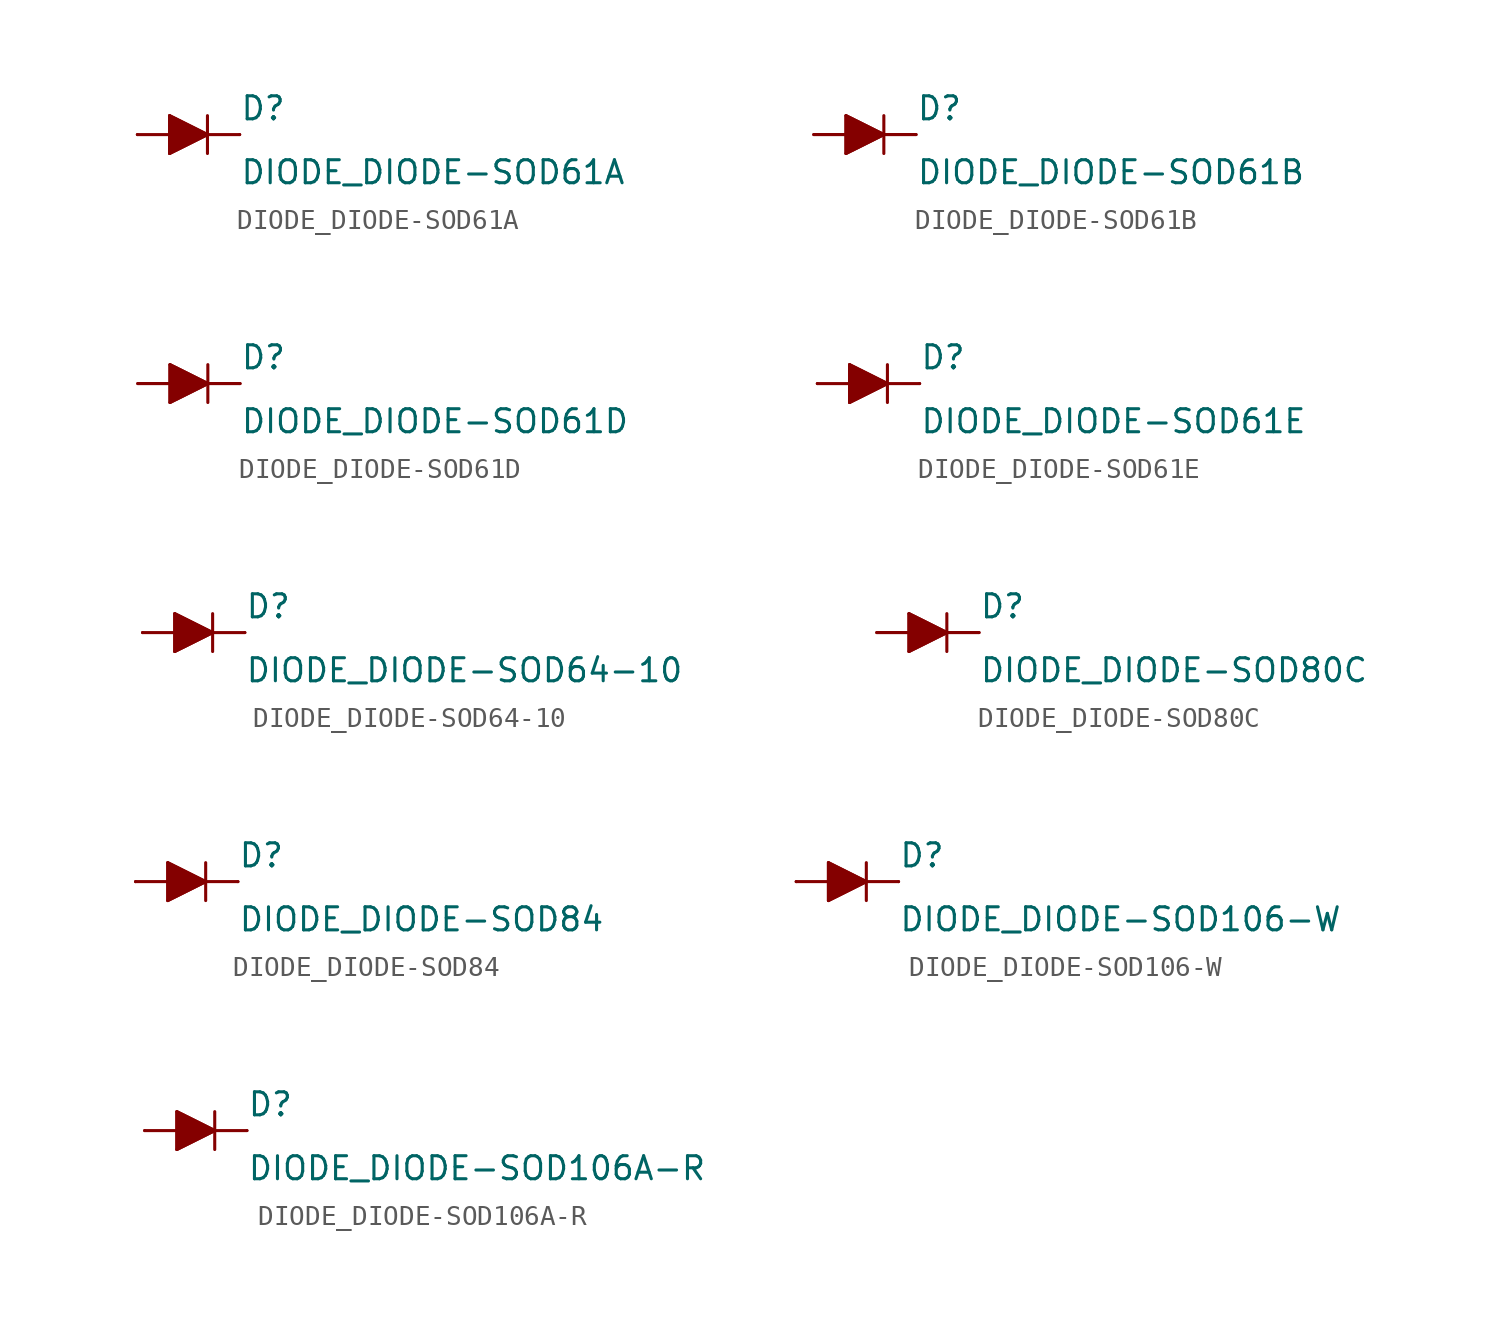
<source format=kicad_sym>
(kicad_symbol_lib
  (version 20210619)
  (generator kicad_symbol_editor)
  (symbol "DIODE_DIODE-SOD61A"
    (pin_numbers hide)
    (pin_names
      (offset 1.016) hide)
    (property "Reference" "D"
      (at 2.54 0.635 0)
      (effects (font (size 1.143 1.143)) (justify left bottom)))
    (property "Value" "DIODE_DIODE-SOD61A"
      (at 2.54 -2.54 0)
      (effects (font (size 1.143 1.143)) (justify left bottom)))
    (property "ki_locked" ""
      (at 0 0 0)
      (effects (font (size 1.27 1.27))))
    (symbol "DIODE_DIODE-SOD61A_1_0"
      (polyline (pts (xy -0.94 -0.94) (xy 0.94 0)) (stroke (width 0)) (fill (type none)))
      (polyline (pts (xy -0.94 0) (xy -2.54 0)) (stroke (width 0)) (fill (type none)))
      (polyline (pts (xy -0.94 0) (xy -0.94 -0.94)) (stroke (width 0)) (fill (type none)))
      (polyline (pts (xy -0.94 0.94) (xy -0.94 0)) (stroke (width 0)) (fill (type none)))
      (polyline (pts (xy 0.94 0) (xy -0.94 0.94)) (stroke (width 0)) (fill (type none)))
      (polyline (pts (xy 0.94 0) (xy 0.94 -0.94)) (stroke (width 0)) (fill (type none)))
      (polyline (pts (xy 0.94 0) (xy 2.54 0)) (stroke (width 0)) (fill (type none)))
      (polyline (pts (xy 0.94 0.94) (xy 0.94 0)) (stroke (width 0)) (fill (type none))))
    (symbol "DIODE_DIODE-SOD61A_1_1"
      (polyline (pts (xy -0.94 0.94) (xy 0.94 0) (xy 0.94 0) (xy -0.94 -0.94) (xy -0.94 -0.94) (xy -0.94 0.94)) (stroke (width 0)) (fill (type outline)))
      (pin passive line (at -2.54 0 0) (length 0) (name "A" (effects (font (size 1.016 1.016)))) (number "A" (effects (font (size 1.016 1.016)))))
      (pin passive line (at 2.54 0 180) (length 0) (name "C" (effects (font (size 1.016 1.016)))) (number "C" (effects (font (size 1.016 1.016)))))))
  (symbol "DIODE_DIODE-SOD61B"
    (pin_numbers hide)
    (pin_names
      (offset 1.016) hide)
    (property "Reference" "D"
      (at 2.54 0.635 0)
      (effects (font (size 1.143 1.143)) (justify left bottom)))
    (property "Value" "DIODE_DIODE-SOD61B"
      (at 2.54 -2.54 0)
      (effects (font (size 1.143 1.143)) (justify left bottom)))
    (property "ki_locked" ""
      (at 0 0 0)
      (effects (font (size 1.27 1.27))))
    (symbol "DIODE_DIODE-SOD61B_1_0"
      (polyline (pts (xy -0.94 -0.94) (xy 0.94 0)) (stroke (width 0)) (fill (type none)))
      (polyline (pts (xy -0.94 0) (xy -2.54 0)) (stroke (width 0)) (fill (type none)))
      (polyline (pts (xy -0.94 0) (xy -0.94 -0.94)) (stroke (width 0)) (fill (type none)))
      (polyline (pts (xy -0.94 0.94) (xy -0.94 0)) (stroke (width 0)) (fill (type none)))
      (polyline (pts (xy 0.94 0) (xy -0.94 0.94)) (stroke (width 0)) (fill (type none)))
      (polyline (pts (xy 0.94 0) (xy 0.94 -0.94)) (stroke (width 0)) (fill (type none)))
      (polyline (pts (xy 0.94 0) (xy 2.54 0)) (stroke (width 0)) (fill (type none)))
      (polyline (pts (xy 0.94 0.94) (xy 0.94 0)) (stroke (width 0)) (fill (type none))))
    (symbol "DIODE_DIODE-SOD61B_1_1"
      (polyline (pts (xy -0.94 0.94) (xy 0.94 0) (xy 0.94 0) (xy -0.94 -0.94) (xy -0.94 -0.94) (xy -0.94 0.94)) (stroke (width 0)) (fill (type outline)))
      (pin passive line (at -2.54 0 0) (length 0) (name "A" (effects (font (size 1.016 1.016)))) (number "A" (effects (font (size 1.016 1.016)))))
      (pin passive line (at 2.54 0 180) (length 0) (name "C" (effects (font (size 1.016 1.016)))) (number "C" (effects (font (size 1.016 1.016)))))))
  (symbol "DIODE_DIODE-SOD61D"
    (pin_numbers hide)
    (pin_names
      (offset 1.016) hide)
    (property "Reference" "D"
      (at 2.54 0.635 0)
      (effects (font (size 1.143 1.143)) (justify left bottom)))
    (property "Value" "DIODE_DIODE-SOD61D"
      (at 2.54 -2.54 0)
      (effects (font (size 1.143 1.143)) (justify left bottom)))
    (property "ki_locked" ""
      (at 0 0 0)
      (effects (font (size 1.27 1.27))))
    (symbol "DIODE_DIODE-SOD61D_1_0"
      (polyline (pts (xy -0.94 -0.94) (xy 0.94 0)) (stroke (width 0)) (fill (type none)))
      (polyline (pts (xy -0.94 0) (xy -2.54 0)) (stroke (width 0)) (fill (type none)))
      (polyline (pts (xy -0.94 0) (xy -0.94 -0.94)) (stroke (width 0)) (fill (type none)))
      (polyline (pts (xy -0.94 0.94) (xy -0.94 0)) (stroke (width 0)) (fill (type none)))
      (polyline (pts (xy 0.94 0) (xy -0.94 0.94)) (stroke (width 0)) (fill (type none)))
      (polyline (pts (xy 0.94 0) (xy 0.94 -0.94)) (stroke (width 0)) (fill (type none)))
      (polyline (pts (xy 0.94 0) (xy 2.54 0)) (stroke (width 0)) (fill (type none)))
      (polyline (pts (xy 0.94 0.94) (xy 0.94 0)) (stroke (width 0)) (fill (type none))))
    (symbol "DIODE_DIODE-SOD61D_1_1"
      (polyline (pts (xy -0.94 0.94) (xy 0.94 0) (xy 0.94 0) (xy -0.94 -0.94) (xy -0.94 -0.94) (xy -0.94 0.94)) (stroke (width 0)) (fill (type outline)))
      (pin passive line (at -2.54 0 0) (length 0) (name "A" (effects (font (size 1.016 1.016)))) (number "A" (effects (font (size 1.016 1.016)))))
      (pin passive line (at 2.54 0 180) (length 0) (name "C" (effects (font (size 1.016 1.016)))) (number "C" (effects (font (size 1.016 1.016)))))))
  (symbol "DIODE_DIODE-SOD61E"
    (pin_numbers hide)
    (pin_names
      (offset 1.016) hide)
    (property "Reference" "D"
      (at 2.54 0.635 0)
      (effects (font (size 1.143 1.143)) (justify left bottom)))
    (property "Value" "DIODE_DIODE-SOD61E"
      (at 2.54 -2.54 0)
      (effects (font (size 1.143 1.143)) (justify left bottom)))
    (property "ki_locked" ""
      (at 0 0 0)
      (effects (font (size 1.27 1.27))))
    (symbol "DIODE_DIODE-SOD61E_1_0"
      (polyline (pts (xy -0.94 -0.94) (xy 0.94 0)) (stroke (width 0)) (fill (type none)))
      (polyline (pts (xy -0.94 0) (xy -2.54 0)) (stroke (width 0)) (fill (type none)))
      (polyline (pts (xy -0.94 0) (xy -0.94 -0.94)) (stroke (width 0)) (fill (type none)))
      (polyline (pts (xy -0.94 0.94) (xy -0.94 0)) (stroke (width 0)) (fill (type none)))
      (polyline (pts (xy 0.94 0) (xy -0.94 0.94)) (stroke (width 0)) (fill (type none)))
      (polyline (pts (xy 0.94 0) (xy 0.94 -0.94)) (stroke (width 0)) (fill (type none)))
      (polyline (pts (xy 0.94 0) (xy 2.54 0)) (stroke (width 0)) (fill (type none)))
      (polyline (pts (xy 0.94 0.94) (xy 0.94 0)) (stroke (width 0)) (fill (type none))))
    (symbol "DIODE_DIODE-SOD61E_1_1"
      (polyline (pts (xy -0.94 0.94) (xy 0.94 0) (xy 0.94 0) (xy -0.94 -0.94) (xy -0.94 -0.94) (xy -0.94 0.94)) (stroke (width 0)) (fill (type outline)))
      (pin passive line (at -2.54 0 0) (length 0) (name "A" (effects (font (size 1.016 1.016)))) (number "A" (effects (font (size 1.016 1.016)))))
      (pin passive line (at 2.54 0 180) (length 0) (name "C" (effects (font (size 1.016 1.016)))) (number "C" (effects (font (size 1.016 1.016)))))))
  (symbol "DIODE_DIODE-SOD64-10"
    (pin_numbers hide)
    (pin_names
      (offset 1.016) hide)
    (property "Reference" "D"
      (at 2.54 0.635 0)
      (effects (font (size 1.143 1.143)) (justify left bottom)))
    (property "Value" "DIODE_DIODE-SOD64-10"
      (at 2.54 -2.54 0)
      (effects (font (size 1.143 1.143)) (justify left bottom)))
    (property "ki_locked" ""
      (at 0 0 0)
      (effects (font (size 1.27 1.27))))
    (symbol "DIODE_DIODE-SOD64-10_1_0"
      (polyline (pts (xy -0.94 -0.94) (xy 0.94 0)) (stroke (width 0)) (fill (type none)))
      (polyline (pts (xy -0.94 0) (xy -2.54 0)) (stroke (width 0)) (fill (type none)))
      (polyline (pts (xy -0.94 0) (xy -0.94 -0.94)) (stroke (width 0)) (fill (type none)))
      (polyline (pts (xy -0.94 0.94) (xy -0.94 0)) (stroke (width 0)) (fill (type none)))
      (polyline (pts (xy 0.94 0) (xy -0.94 0.94)) (stroke (width 0)) (fill (type none)))
      (polyline (pts (xy 0.94 0) (xy 0.94 -0.94)) (stroke (width 0)) (fill (type none)))
      (polyline (pts (xy 0.94 0) (xy 2.54 0)) (stroke (width 0)) (fill (type none)))
      (polyline (pts (xy 0.94 0.94) (xy 0.94 0)) (stroke (width 0)) (fill (type none))))
    (symbol "DIODE_DIODE-SOD64-10_1_1"
      (polyline (pts (xy -0.94 0.94) (xy 0.94 0) (xy 0.94 0) (xy -0.94 -0.94) (xy -0.94 -0.94) (xy -0.94 0.94)) (stroke (width 0)) (fill (type outline)))
      (pin passive line (at -2.54 0 0) (length 0) (name "A" (effects (font (size 1.016 1.016)))) (number "A" (effects (font (size 1.016 1.016)))))
      (pin passive line (at 2.54 0 180) (length 0) (name "C" (effects (font (size 1.016 1.016)))) (number "C" (effects (font (size 1.016 1.016)))))))
  (symbol "DIODE_DIODE-SOD80C"
    (pin_numbers hide)
    (pin_names
      (offset 1.016) hide)
    (property "Reference" "D"
      (at 2.54 0.635 0)
      (effects (font (size 1.143 1.143)) (justify left bottom)))
    (property "Value" "DIODE_DIODE-SOD80C"
      (at 2.54 -2.54 0)
      (effects (font (size 1.143 1.143)) (justify left bottom)))
    (property "ki_locked" ""
      (at 0 0 0)
      (effects (font (size 1.27 1.27))))
    (symbol "DIODE_DIODE-SOD80C_1_0"
      (polyline (pts (xy -0.94 -0.94) (xy 0.94 0)) (stroke (width 0)) (fill (type none)))
      (polyline (pts (xy -0.94 0) (xy -2.54 0)) (stroke (width 0)) (fill (type none)))
      (polyline (pts (xy -0.94 0) (xy -0.94 -0.94)) (stroke (width 0)) (fill (type none)))
      (polyline (pts (xy -0.94 0.94) (xy -0.94 0)) (stroke (width 0)) (fill (type none)))
      (polyline (pts (xy 0.94 0) (xy -0.94 0.94)) (stroke (width 0)) (fill (type none)))
      (polyline (pts (xy 0.94 0) (xy 0.94 -0.94)) (stroke (width 0)) (fill (type none)))
      (polyline (pts (xy 0.94 0) (xy 2.54 0)) (stroke (width 0)) (fill (type none)))
      (polyline (pts (xy 0.94 0.94) (xy 0.94 0)) (stroke (width 0)) (fill (type none))))
    (symbol "DIODE_DIODE-SOD80C_1_1"
      (polyline (pts (xy -0.94 0.94) (xy 0.94 0) (xy 0.94 0) (xy -0.94 -0.94) (xy -0.94 -0.94) (xy -0.94 0.94)) (stroke (width 0)) (fill (type outline)))
      (pin passive line (at -2.54 0 0) (length 0) (name "A" (effects (font (size 1.016 1.016)))) (number "A" (effects (font (size 1.016 1.016)))))
      (pin passive line (at 2.54 0 180) (length 0) (name "C" (effects (font (size 1.016 1.016)))) (number "C" (effects (font (size 1.016 1.016)))))))
  (symbol "DIODE_DIODE-SOD84"
    (pin_numbers hide)
    (pin_names
      (offset 1.016) hide)
    (property "Reference" "D"
      (at 2.54 0.635 0)
      (effects (font (size 1.143 1.143)) (justify left bottom)))
    (property "Value" "DIODE_DIODE-SOD84"
      (at 2.54 -2.54 0)
      (effects (font (size 1.143 1.143)) (justify left bottom)))
    (property "ki_locked" ""
      (at 0 0 0)
      (effects (font (size 1.27 1.27))))
    (symbol "DIODE_DIODE-SOD84_1_0"
      (polyline (pts (xy -0.94 -0.94) (xy 0.94 0)) (stroke (width 0)) (fill (type none)))
      (polyline (pts (xy -0.94 0) (xy -2.54 0)) (stroke (width 0)) (fill (type none)))
      (polyline (pts (xy -0.94 0) (xy -0.94 -0.94)) (stroke (width 0)) (fill (type none)))
      (polyline (pts (xy -0.94 0.94) (xy -0.94 0)) (stroke (width 0)) (fill (type none)))
      (polyline (pts (xy 0.94 0) (xy -0.94 0.94)) (stroke (width 0)) (fill (type none)))
      (polyline (pts (xy 0.94 0) (xy 0.94 -0.94)) (stroke (width 0)) (fill (type none)))
      (polyline (pts (xy 0.94 0) (xy 2.54 0)) (stroke (width 0)) (fill (type none)))
      (polyline (pts (xy 0.94 0.94) (xy 0.94 0)) (stroke (width 0)) (fill (type none))))
    (symbol "DIODE_DIODE-SOD84_1_1"
      (polyline (pts (xy -0.94 0.94) (xy 0.94 0) (xy 0.94 0) (xy -0.94 -0.94) (xy -0.94 -0.94) (xy -0.94 0.94)) (stroke (width 0)) (fill (type outline)))
      (pin passive line (at -2.54 0 0) (length 0) (name "A" (effects (font (size 1.016 1.016)))) (number "A" (effects (font (size 1.016 1.016)))))
      (pin passive line (at 2.54 0 180) (length 0) (name "C" (effects (font (size 1.016 1.016)))) (number "C" (effects (font (size 1.016 1.016)))))))
  (symbol "DIODE_DIODE-SOD106-W"
    (pin_numbers hide)
    (pin_names
      (offset 1.016) hide)
    (property "Reference" "D"
      (at 2.54 0.635 0)
      (effects (font (size 1.143 1.143)) (justify left bottom)))
    (property "Value" "DIODE_DIODE-SOD106-W"
      (at 2.54 -2.54 0)
      (effects (font (size 1.143 1.143)) (justify left bottom)))
    (property "ki_locked" ""
      (at 0 0 0)
      (effects (font (size 1.27 1.27))))
    (symbol "DIODE_DIODE-SOD106-W_1_0"
      (polyline (pts (xy -0.94 -0.94) (xy 0.94 0)) (stroke (width 0)) (fill (type none)))
      (polyline (pts (xy -0.94 0) (xy -2.54 0)) (stroke (width 0)) (fill (type none)))
      (polyline (pts (xy -0.94 0) (xy -0.94 -0.94)) (stroke (width 0)) (fill (type none)))
      (polyline (pts (xy -0.94 0.94) (xy -0.94 0)) (stroke (width 0)) (fill (type none)))
      (polyline (pts (xy 0.94 0) (xy -0.94 0.94)) (stroke (width 0)) (fill (type none)))
      (polyline (pts (xy 0.94 0) (xy 0.94 -0.94)) (stroke (width 0)) (fill (type none)))
      (polyline (pts (xy 0.94 0) (xy 2.54 0)) (stroke (width 0)) (fill (type none)))
      (polyline (pts (xy 0.94 0.94) (xy 0.94 0)) (stroke (width 0)) (fill (type none))))
    (symbol "DIODE_DIODE-SOD106-W_1_1"
      (polyline (pts (xy -0.94 0.94) (xy 0.94 0) (xy 0.94 0) (xy -0.94 -0.94) (xy -0.94 -0.94) (xy -0.94 0.94)) (stroke (width 0)) (fill (type outline)))
      (pin passive line (at -2.54 0 0) (length 0) (name "A" (effects (font (size 1.016 1.016)))) (number "A" (effects (font (size 1.016 1.016)))))
      (pin passive line (at 2.54 0 180) (length 0) (name "C" (effects (font (size 1.016 1.016)))) (number "C" (effects (font (size 1.016 1.016)))))))
  (symbol "DIODE_DIODE-SOD106A-R"
    (pin_numbers hide)
    (pin_names
      (offset 1.016) hide)
    (property "Reference" "D"
      (at 2.54 0.635 0)
      (effects (font (size 1.143 1.143)) (justify left bottom)))
    (property "Value" "DIODE_DIODE-SOD106A-R"
      (at 2.54 -2.54 0)
      (effects (font (size 1.143 1.143)) (justify left bottom)))
    (property "ki_locked" ""
      (at 0 0 0)
      (effects (font (size 1.27 1.27))))
    (symbol "DIODE_DIODE-SOD106A-R_1_0"
      (polyline (pts (xy -0.94 -0.94) (xy 0.94 0)) (stroke (width 0)) (fill (type none)))
      (polyline (pts (xy -0.94 0) (xy -2.54 0)) (stroke (width 0)) (fill (type none)))
      (polyline (pts (xy -0.94 0) (xy -0.94 -0.94)) (stroke (width 0)) (fill (type none)))
      (polyline (pts (xy -0.94 0.94) (xy -0.94 0)) (stroke (width 0)) (fill (type none)))
      (polyline (pts (xy 0.94 0) (xy -0.94 0.94)) (stroke (width 0)) (fill (type none)))
      (polyline (pts (xy 0.94 0) (xy 0.94 -0.94)) (stroke (width 0)) (fill (type none)))
      (polyline (pts (xy 0.94 0) (xy 2.54 0)) (stroke (width 0)) (fill (type none)))
      (polyline (pts (xy 0.94 0.94) (xy 0.94 0)) (stroke (width 0)) (fill (type none))))
    (symbol "DIODE_DIODE-SOD106A-R_1_1"
      (polyline (pts (xy -0.94 0.94) (xy 0.94 0) (xy 0.94 0) (xy -0.94 -0.94) (xy -0.94 -0.94) (xy -0.94 0.94)) (stroke (width 0)) (fill (type outline)))
      (pin passive line (at -2.54 0 0) (length 0) (name "A" (effects (font (size 1.016 1.016)))) (number "A" (effects (font (size 1.016 1.016)))))
      (pin passive line (at 2.54 0 180) (length 0) (name "C" (effects (font (size 1.016 1.016)))) (number "C" (effects (font (size 1.016 1.016))))))))
</source>
